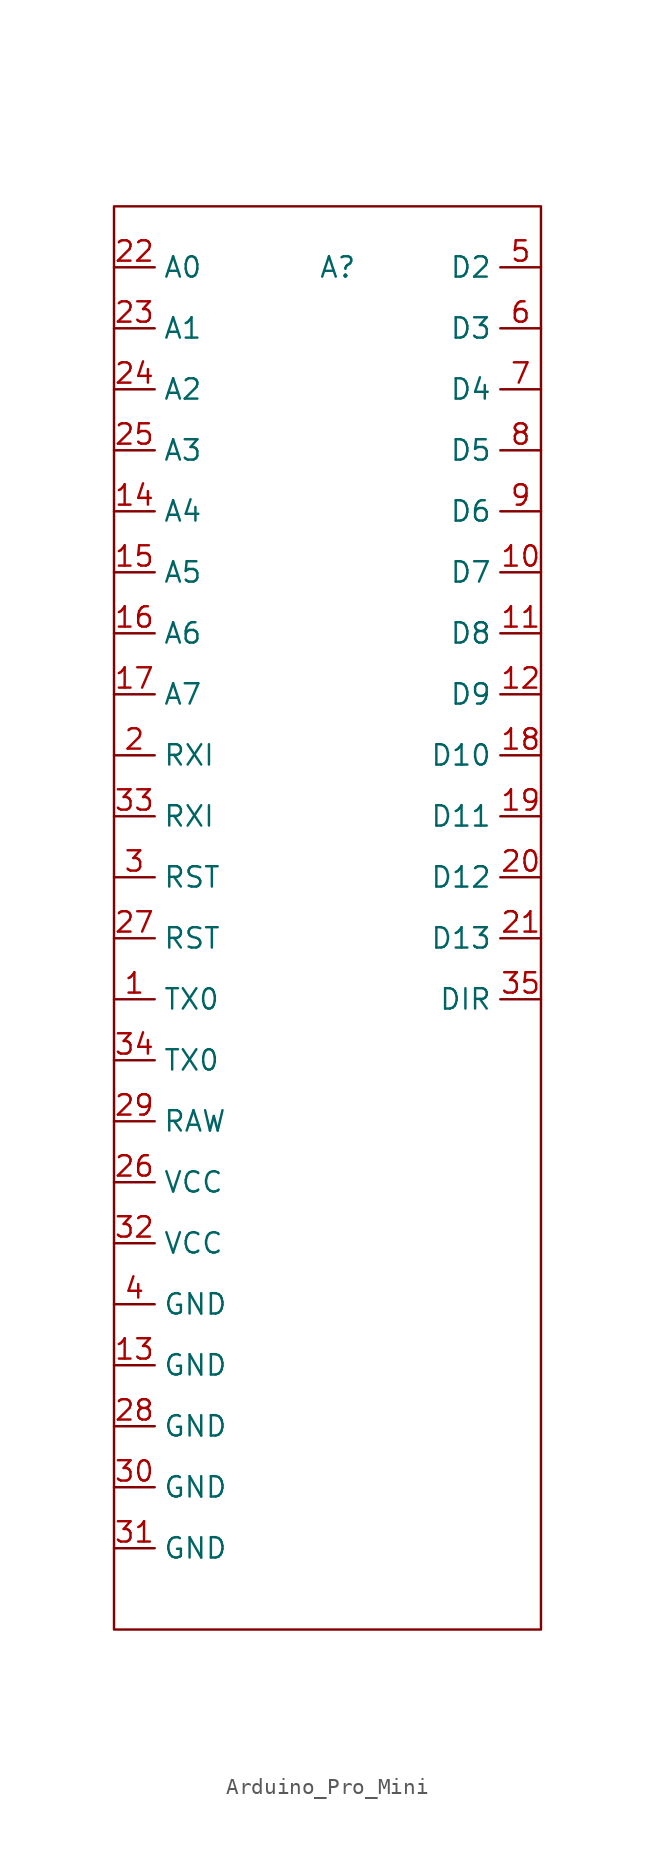
<source format=kicad_sym>
(kicad_symbol_lib
  (version 20220914)
  (generator kicad_symbol_editor)
  (symbol "Arduino_Pro_Mini"
    (property "Reference" "A"
      (at 0 -1.27 0)
      (effects (font (size 1.27 1.27))))
    (property "Value" ""
      (at 0 -1.27 0)
      (effects (font (size 1.27 1.27))))
    (symbol "Arduino_Pro_Mini_0_1"
      (rectangle (start -13.97 2.54) (end 12.7 -86.36) (stroke (width 0) (type default)) (fill (type none))))
    (symbol "Arduino_Pro_Mini_1_1"
      (pin output line (at -13.97 -46.99 0) (length 2.54) (name "TX0" (effects (font (size 1.27 1.27)))) (number "1" (effects (font (size 1.27 1.27)))))
      (pin bidirectional line (at 12.7 -20.32 180) (length 2.54) (name "D7" (effects (font (size 1.27 1.27)))) (number "10" (effects (font (size 1.27 1.27)))))
      (pin bidirectional line (at 12.7 -24.13 180) (length 2.54) (name "D8" (effects (font (size 1.27 1.27)))) (number "11" (effects (font (size 1.27 1.27)))))
      (pin bidirectional line (at 12.7 -27.94 180) (length 2.54) (name "D9" (effects (font (size 1.27 1.27)))) (number "12" (effects (font (size 1.27 1.27)))))
      (pin power_in line (at -13.97 -69.85 0) (length 2.54) (name "GND" (effects (font (size 1.27 1.27)))) (number "13" (effects (font (size 1.27 1.27)))))
      (pin input line (at -13.97 -16.51 0) (length 2.54) (name "A4" (effects (font (size 1.27 1.27)))) (number "14" (effects (font (size 1.27 1.27)))))
      (pin input line (at -13.97 -20.32 0) (length 2.54) (name "A5" (effects (font (size 1.27 1.27)))) (number "15" (effects (font (size 1.27 1.27)))))
      (pin input line (at -13.97 -24.13 0) (length 2.54) (name "A6" (effects (font (size 1.27 1.27)))) (number "16" (effects (font (size 1.27 1.27)))))
      (pin input line (at -13.97 -27.94 0) (length 2.54) (name "A7" (effects (font (size 1.27 1.27)))) (number "17" (effects (font (size 1.27 1.27)))))
      (pin bidirectional line (at 12.7 -31.75 180) (length 2.54) (name "D10" (effects (font (size 1.27 1.27)))) (number "18" (effects (font (size 1.27 1.27)))))
      (pin bidirectional line (at 12.7 -35.56 180) (length 2.54) (name "D11" (effects (font (size 1.27 1.27)))) (number "19" (effects (font (size 1.27 1.27)))))
      (pin input line (at -13.97 -31.75 0) (length 2.54) (name "RXI" (effects (font (size 1.27 1.27)))) (number "2" (effects (font (size 1.27 1.27)))))
      (pin bidirectional line (at 12.7 -39.37 180) (length 2.54) (name "D12" (effects (font (size 1.27 1.27)))) (number "20" (effects (font (size 1.27 1.27)))))
      (pin bidirectional line (at 12.7 -43.18 180) (length 2.54) (name "D13" (effects (font (size 1.27 1.27)))) (number "21" (effects (font (size 1.27 1.27)))))
      (pin input line (at -13.97 -1.27 0) (length 2.54) (name "A0" (effects (font (size 1.27 1.27)))) (number "22" (effects (font (size 1.27 1.27)))))
      (pin input line (at -13.97 -5.08 0) (length 2.54) (name "A1" (effects (font (size 1.27 1.27)))) (number "23" (effects (font (size 1.27 1.27)))))
      (pin input line (at -13.97 -8.89 0) (length 2.54) (name "A2" (effects (font (size 1.27 1.27)))) (number "24" (effects (font (size 1.27 1.27)))))
      (pin input line (at -13.97 -12.7 0) (length 2.54) (name "A3" (effects (font (size 1.27 1.27)))) (number "25" (effects (font (size 1.27 1.27)))))
      (pin power_in line (at -13.97 -58.42 0) (length 2.54) (name "VCC" (effects (font (size 1.27 1.27)))) (number "26" (effects (font (size 1.27 1.27)))))
      (pin input line (at -13.97 -43.18 0) (length 2.54) (name "RST" (effects (font (size 1.27 1.27)))) (number "27" (effects (font (size 1.27 1.27)))))
      (pin power_in line (at -13.97 -73.66 0) (length 2.54) (name "GND" (effects (font (size 1.27 1.27)))) (number "28" (effects (font (size 1.27 1.27)))))
      (pin power_in line (at -13.97 -54.61 0) (length 2.54) (name "RAW" (effects (font (size 1.27 1.27)))) (number "29" (effects (font (size 1.27 1.27)))))
      (pin input line (at -13.97 -39.37 0) (length 2.54) (name "RST" (effects (font (size 1.27 1.27)))) (number "3" (effects (font (size 1.27 1.27)))))
      (pin power_in line (at -13.97 -77.47 0) (length 2.54) (name "GND" (effects (font (size 1.27 1.27)))) (number "30" (effects (font (size 1.27 1.27)))))
      (pin power_in line (at -13.97 -81.28 0) (length 2.54) (name "GND" (effects (font (size 1.27 1.27)))) (number "31" (effects (font (size 1.27 1.27)))))
      (pin power_in line (at -13.97 -62.23 0) (length 2.54) (name "VCC" (effects (font (size 1.27 1.27)))) (number "32" (effects (font (size 1.27 1.27)))))
      (pin input line (at -13.97 -35.56 0) (length 2.54) (name "RXI" (effects (font (size 1.27 1.27)))) (number "33" (effects (font (size 1.27 1.27)))))
      (pin output line (at -13.97 -50.8 0) (length 2.54) (name "TX0" (effects (font (size 1.27 1.27)))) (number "34" (effects (font (size 1.27 1.27)))))
      (pin unspecified line (at 12.7 -46.99 180) (length 2.54) (name "DIR" (effects (font (size 1.27 1.27)))) (number "35" (effects (font (size 1.27 1.27)))))
      (pin power_in line (at -13.97 -66.04 0) (length 2.54) (name "GND" (effects (font (size 1.27 1.27)))) (number "4" (effects (font (size 1.27 1.27)))))
      (pin bidirectional line (at 12.7 -1.27 180) (length 2.54) (name "D2" (effects (font (size 1.27 1.27)))) (number "5" (effects (font (size 1.27 1.27)))))
      (pin bidirectional line (at 12.7 -5.08 180) (length 2.54) (name "D3" (effects (font (size 1.27 1.27)))) (number "6" (effects (font (size 1.27 1.27)))))
      (pin bidirectional line (at 12.7 -8.89 180) (length 2.54) (name "D4" (effects (font (size 1.27 1.27)))) (number "7" (effects (font (size 1.27 1.27)))))
      (pin bidirectional line (at 12.7 -12.7 180) (length 2.54) (name "D5" (effects (font (size 1.27 1.27)))) (number "8" (effects (font (size 1.27 1.27)))))
      (pin bidirectional line (at 12.7 -16.51 180) (length 2.54) (name "D6" (effects (font (size 1.27 1.27)))) (number "9" (effects (font (size 1.27 1.27))))))))
</source>
